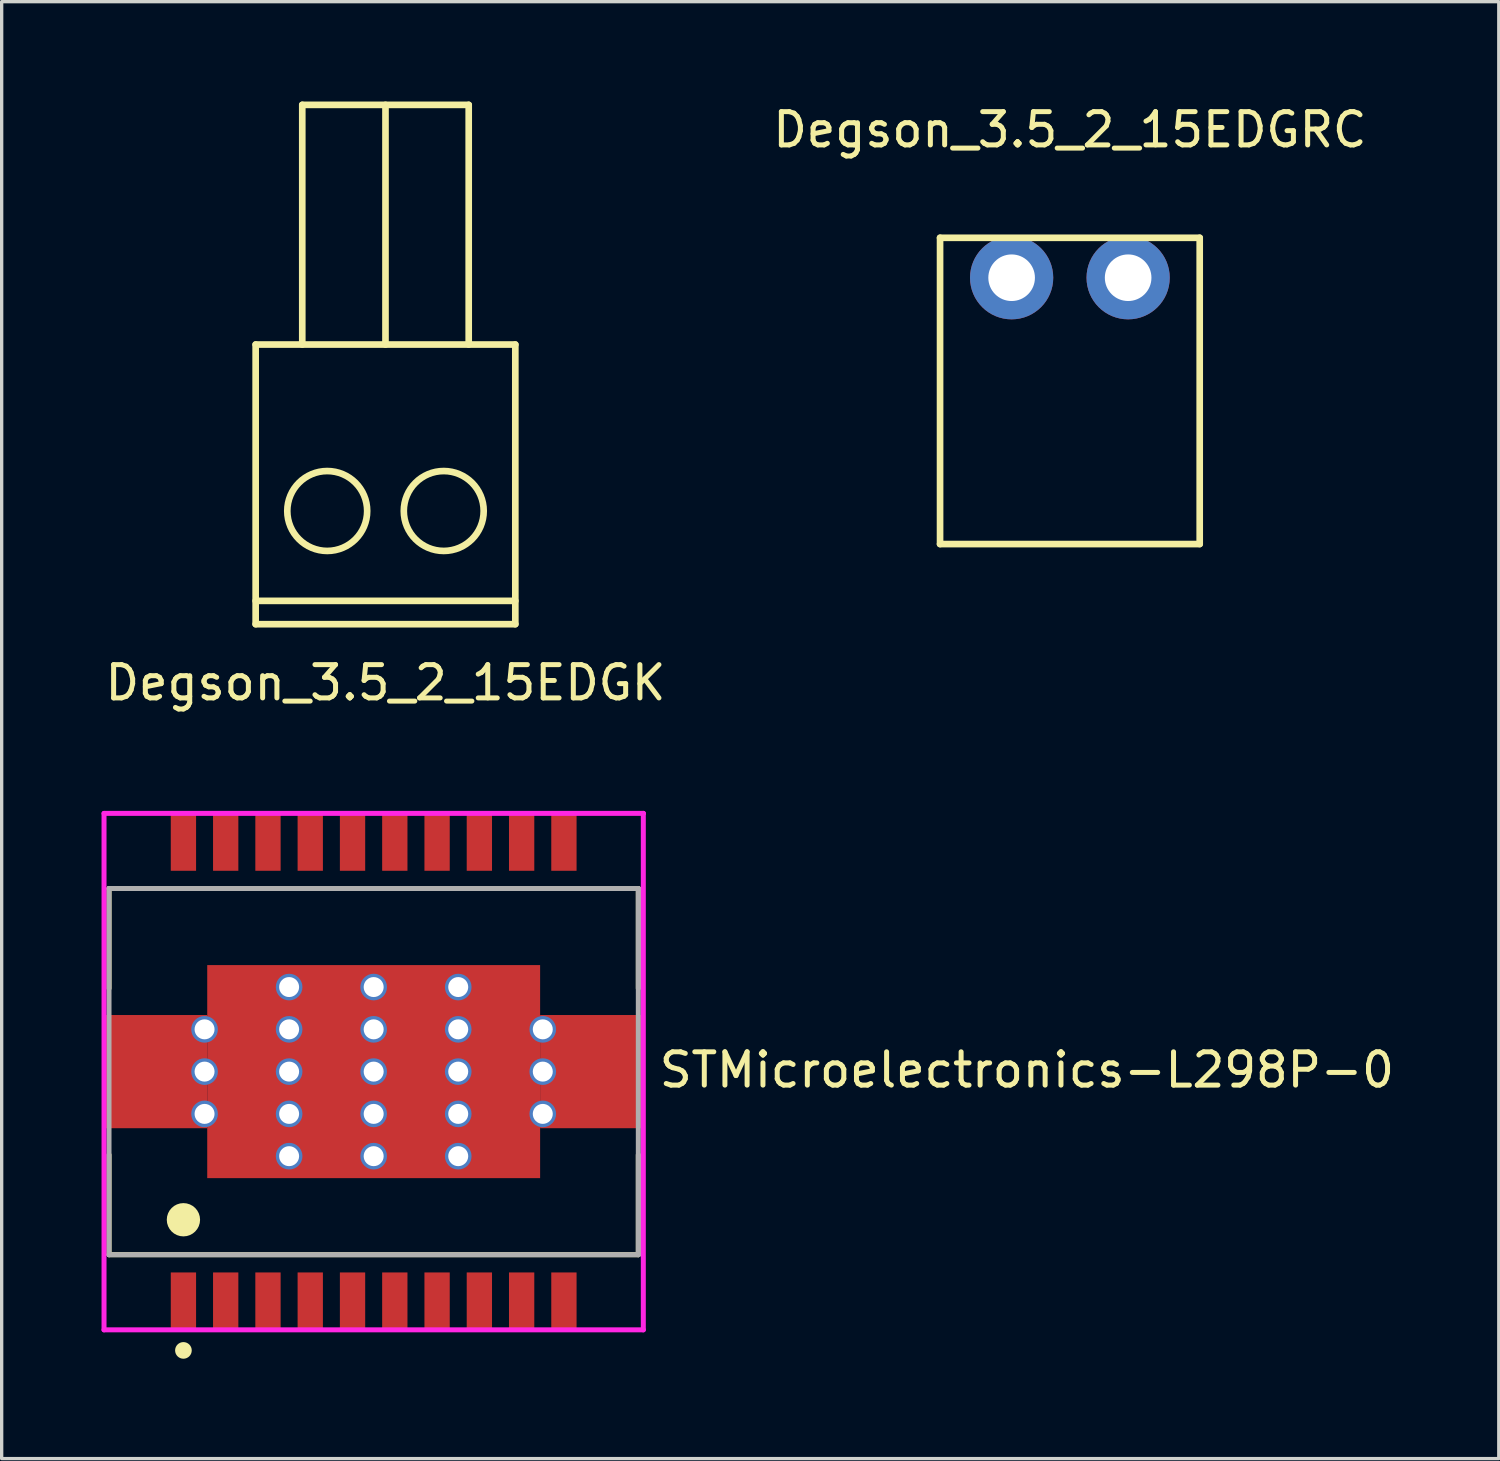
<source format=kicad_pcb>
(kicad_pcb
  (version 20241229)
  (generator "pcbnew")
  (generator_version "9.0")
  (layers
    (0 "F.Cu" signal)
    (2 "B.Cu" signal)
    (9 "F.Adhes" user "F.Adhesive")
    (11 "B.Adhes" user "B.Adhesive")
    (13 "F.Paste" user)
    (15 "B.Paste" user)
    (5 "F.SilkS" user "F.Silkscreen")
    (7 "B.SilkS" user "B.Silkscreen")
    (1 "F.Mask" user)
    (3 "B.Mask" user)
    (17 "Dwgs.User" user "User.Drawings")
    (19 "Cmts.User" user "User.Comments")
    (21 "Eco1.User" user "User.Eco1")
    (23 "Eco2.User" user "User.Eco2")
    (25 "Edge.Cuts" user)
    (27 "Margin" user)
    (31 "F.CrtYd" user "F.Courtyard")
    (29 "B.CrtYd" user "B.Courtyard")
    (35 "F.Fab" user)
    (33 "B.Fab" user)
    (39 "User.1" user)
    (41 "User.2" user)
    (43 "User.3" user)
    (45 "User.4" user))
  (footprint "Degson_3.5_2_15EDGRC"
    (layer "F.Cu")
    (at 29.089 5.293)
    (property "Reference" "Degson_3.5_2_15EDGRC" (at 0 -4.445 0) (layer "F.SilkS") (effects (font (size 1 1) (thickness 0.15))))
    (attr through_hole)
    (fp_line (start -3.9 -1.2) (end -3.9 8) (stroke (width 0.2) (type solid)) (layer "F.SilkS"))
    (fp_line (start -3.9 -1.2) (end 3.9 -1.2) (stroke (width 0.2) (type solid)) (layer "F.SilkS"))
    (fp_line (start 3.9 -1.2) (end 3.9 8) (stroke (width 0.2) (type solid)) (layer "F.SilkS"))
    (fp_line (start 3.9 8) (end -3.9 8) (stroke (width 0.2) (type solid)) (layer "F.SilkS"))
    (pad "1" thru_hole circle (at -1.75 0) (size 2.5 2.5) (drill 1.4) (layers "*.Cu" "*.Mask"))
    (pad "2" thru_hole circle (at 1.75 0) (size 2.5 2.5) (drill 1.4) (layers "*.Cu" "*.Mask")))
  (footprint "Degson_3.5_2_15EDGK"
    (layer "F.Cu")
    (at 8.53 7.3)
    (property "Reference" "Degson_3.5_2_15EDGK" (at 0 10.16 0) (layer "F.SilkS") (effects (font (size 1 1) (thickness 0.15))))
    (attr through_hole)
    (fp_line (start -3.9 7.7) (end 3.9 7.7) (stroke (width 0.2) (type solid)) (layer "F.SilkS"))
    (fp_line (start -3.9 8.4) (end -3.9 0) (stroke (width 0.2) (type solid)) (layer "F.SilkS"))
    (fp_line (start -2.5 -7.2) (end 2.5 -7.2) (stroke (width 0.2) (type solid)) (layer "F.SilkS"))
    (fp_line (start -2.5 0) (end -2.5 -7.2) (stroke (width 0.2) (type solid)) (layer "F.SilkS"))
    (fp_line (start 0 -7.2) (end 0 0) (stroke (width 0.2) (type solid)) (layer "F.SilkS"))
    (fp_line (start 2.5 0) (end 2.5 -7.2) (stroke (width 0.2) (type solid)) (layer "F.SilkS"))
    (fp_line (start 3.9 0) (end -3.9 0) (stroke (width 0.2) (type solid)) (layer "F.SilkS"))
    (fp_line (start 3.9 0) (end 3.9 8.4) (stroke (width 0.2) (type solid)) (layer "F.SilkS"))
    (fp_line (start 3.9 8.4) (end -3.9 8.4) (stroke (width 0.2) (type solid)) (layer "F.SilkS"))
    (fp_circle (center -1.75 5) (end -0.55 5) (stroke (width 0.2) (type solid)) (fill no) (layer "F.SilkS"))
    (fp_circle (center 1.75 5) (end 2.95 5) (stroke (width 0.2) (type solid)) (fill no) (layer "F.SilkS")))
  (footprint "STMicroelectronics-L298P-0"
    (layer "F.Cu")
    (at 8.175 29.141)
    (property "Reference" "STMicroelectronics-L298P-0" (at 8.5 -0.05 0) (layer "F.SilkS") (effects (font (size 1 1) (thickness 0.15)) (justify left)))
    (attr through_hole)
    (fp_line (start -7.95 -5.5) (end -7.95 -2.5) (stroke (width 0.15) (type solid)) (layer "F.SilkS"))
    (fp_line (start -7.95 -5.5) (end 7.95 -5.5) (stroke (width 0.15) (type solid)) (layer "F.SilkS"))
    (fp_line (start -7.95 5.5) (end -7.95 2.5) (stroke (width 0.15) (type solid)) (layer "F.SilkS"))
    (fp_line (start 7.95 -5.5) (end 7.95 -2.5) (stroke (width 0.15) (type solid)) (layer "F.SilkS"))
    (fp_line (start 7.95 5.5) (end -7.95 5.5) (stroke (width 0.15) (type solid)) (layer "F.SilkS"))
    (fp_line (start 7.95 5.5) (end 7.95 2.5) (stroke (width 0.15) (type solid)) (layer "F.SilkS"))
    (fp_circle (center -5.715 4.45) (end -5.465 4.45) (stroke (width 0.5) (type solid)) (fill no) (layer "F.SilkS"))
    (fp_circle (center -5.715 8.375) (end -5.59 8.375) (stroke (width 0.25) (type solid)) (fill no) (layer "F.SilkS"))
    (fp_poly (pts (xy -8.05 -1.7) (xy -5.715 -1.7) (xy -5.715 1.7) (xy -8.05 1.7)) (stroke (width 0) (type solid)) (fill yes) (layer "F.Paste"))
    (fp_poly (pts (xy -4.445 -3.2) (xy -3.175 -3.2) (xy -3.175 3.2) (xy -4.445 3.2)) (stroke (width 0) (type solid)) (fill yes) (layer "F.Paste"))
    (fp_poly (pts (xy -1.905 -3.2) (xy -0.635 -3.2) (xy -0.635 3.2) (xy -1.905 3.2)) (stroke (width 0) (type solid)) (fill yes) (layer "F.Paste"))
    (fp_poly (pts (xy 0.635 -3.2) (xy 1.905 -3.2) (xy 1.905 3.2) (xy 0.635 3.2)) (stroke (width 0) (type solid)) (fill yes) (layer "F.Paste"))
    (fp_poly (pts (xy 3.175 -3.2) (xy 4.445 -3.2) (xy 4.445 3.2) (xy 3.175 3.2)) (stroke (width 0) (type solid)) (fill yes) (layer "F.Paste"))
    (fp_poly (pts (xy 5.715 -1.7) (xy 8.05 -1.7) (xy 8.05 1.7) (xy 5.715 1.7)) (stroke (width 0) (type solid)) (fill yes) (layer "F.Paste"))
    (fp_line (start -8.1 -7.757) (end -8.1 7.757) (stroke (width 0.15) (type solid)) (layer "F.CrtYd"))
    (fp_line (start -8.1 7.757) (end 8.1 7.757) (stroke (width 0.15) (type solid)) (layer "F.CrtYd"))
    (fp_line (start 8.1 -7.757) (end -8.1 -7.757) (stroke (width 0.15) (type solid)) (layer "F.CrtYd"))
    (fp_line (start 8.1 -7.757) (end 8.1 -7.757) (stroke (width 0.15) (type solid)) (layer "F.CrtYd"))
    (fp_line (start 8.1 7.757) (end 8.1 -7.757) (stroke (width 0.15) (type solid)) (layer "F.CrtYd"))
    (fp_line (start -7.95 -5.5) (end 7.95 -5.5) (stroke (width 0.15) (type solid)) (layer "F.Fab"))
    (fp_line (start -7.95 5.5) (end -7.95 -5.5) (stroke (width 0.15) (type solid)) (layer "F.Fab"))
    (fp_line (start 7.95 -5.5) (end 7.95 5.5) (stroke (width 0.15) (type solid)) (layer "F.Fab"))
    (fp_line (start 7.95 5.5) (end -7.95 5.5) (stroke (width 0.15) (type solid)) (layer "F.Fab"))
    (pad "1" smd rect (at -5.715 6.883) (size 0.76 1.7) (layers "F.Cu" "F.Mask" "F.Paste"))
    (pad "2" smd rect (at -4.445 6.883) (size 0.76 1.7) (layers "F.Cu" "F.Mask" "F.Paste"))
    (pad "3" smd rect (at -3.175 6.883) (size 0.76 1.7) (layers "F.Cu" "F.Mask" "F.Paste"))
    (pad "4" smd rect (at -1.905 6.883) (size 0.76 1.7) (layers "F.Cu" "F.Mask" "F.Paste"))
    (pad "5" smd rect (at -0.635 6.883) (size 0.76 1.7) (layers "F.Cu" "F.Mask" "F.Paste"))
    (pad "6" smd rect (at 0.635 6.883) (size 0.76 1.7) (layers "F.Cu" "F.Mask" "F.Paste"))
    (pad "7" smd rect (at 1.905 6.883) (size 0.76 1.7) (layers "F.Cu" "F.Mask" "F.Paste"))
    (pad "8" smd rect (at 3.175 6.883) (size 0.76 1.7) (layers "F.Cu" "F.Mask" "F.Paste"))
    (pad "9" smd rect (at 4.445 6.883) (size 0.76 1.7) (layers "F.Cu" "F.Mask" "F.Paste"))
    (pad "10" smd rect (at 5.715 6.883) (size 0.76 1.7) (layers "F.Cu" "F.Mask" "F.Paste"))
    (pad "11" smd rect (at 5.715 -6.883) (size 0.76 1.7) (layers "F.Cu" "F.Mask" "F.Paste"))
    (pad "12" smd rect (at 4.445 -6.883) (size 0.76 1.7) (layers "F.Cu" "F.Mask" "F.Paste"))
    (pad "13" smd rect (at 3.175 -6.883) (size 0.76 1.7) (layers "F.Cu" "F.Mask" "F.Paste"))
    (pad "14" smd rect (at 1.905 -6.883) (size 0.76 1.7) (layers "F.Cu" "F.Mask" "F.Paste"))
    (pad "15" smd rect (at 0.635 -6.883) (size 0.76 1.7) (layers "F.Cu" "F.Mask" "F.Paste"))
    (pad "16" smd rect (at -0.635 -6.883) (size 0.76 1.7) (layers "F.Cu" "F.Mask" "F.Paste"))
    (pad "17" smd rect (at -1.905 -6.883) (size 0.76 1.7) (layers "F.Cu" "F.Mask" "F.Paste"))
    (pad "18" smd rect (at -3.175 -6.883) (size 0.76 1.7) (layers "F.Cu" "F.Mask" "F.Paste"))
    (pad "19" smd rect (at -4.445 -6.883) (size 0.76 1.7) (layers "F.Cu" "F.Mask" "F.Paste"))
    (pad "20" smd rect (at -5.715 -6.883) (size 0.76 1.7) (layers "F.Cu" "F.Mask" "F.Paste"))
    (pad "21" smd rect (at -6.525 0) (size 3.05 3.4) (layers "F.Cu" "F.Mask"))
    (pad "21" smd rect (at 0 0) (size 10 6.4) (layers "F.Cu" "F.Mask"))
    (pad "21" smd rect (at 6.525 0) (size 3.05 3.4) (layers "F.Cu" "F.Mask"))
    (pad "~" thru_hole circle (at -5.08 -1.27) (size 0.8 0.8) (drill 0.6) (layers "*.Cu"))
    (pad "~" thru_hole circle (at -5.08 0) (size 0.8 0.8) (drill 0.6) (layers "*.Cu"))
    (pad "~" thru_hole circle (at -5.08 1.27) (size 0.8 0.8) (drill 0.6) (layers "*.Cu"))
    (pad "~" thru_hole circle (at -2.54 -2.54) (size 0.8 0.8) (drill 0.6) (layers "*.Cu"))
    (pad "~" thru_hole circle (at -2.54 -1.27) (size 0.8 0.8) (drill 0.6) (layers "*.Cu"))
    (pad "~" thru_hole circle (at -2.54 0) (size 0.8 0.8) (drill 0.6) (layers "*.Cu"))
    (pad "~" thru_hole circle (at -2.54 1.27) (size 0.8 0.8) (drill 0.6) (layers "*.Cu"))
    (pad "~" thru_hole circle (at -2.54 2.54) (size 0.8 0.8) (drill 0.6) (layers "*.Cu"))
    (pad "~" thru_hole circle (at 0 -2.54) (size 0.8 0.8) (drill 0.6) (layers "*.Cu"))
    (pad "~" thru_hole circle (at 0 -1.27) (size 0.8 0.8) (drill 0.6) (layers "*.Cu"))
    (pad "~" thru_hole circle (at 0 0) (size 0.8 0.8) (drill 0.6) (layers "*.Cu"))
    (pad "~" thru_hole circle (at 0 1.27) (size 0.8 0.8) (drill 0.6) (layers "*.Cu"))
    (pad "~" thru_hole circle (at 0 2.54) (size 0.8 0.8) (drill 0.6) (layers "*.Cu"))
    (pad "~" thru_hole circle (at 2.54 -2.54) (size 0.8 0.8) (drill 0.6) (layers "*.Cu"))
    (pad "~" thru_hole circle (at 2.54 -1.27) (size 0.8 0.8) (drill 0.6) (layers "*.Cu"))
    (pad "~" thru_hole circle (at 2.54 0) (size 0.8 0.8) (drill 0.6) (layers "*.Cu"))
    (pad "~" thru_hole circle (at 2.54 1.27) (size 0.8 0.8) (drill 0.6) (layers "*.Cu"))
    (pad "~" thru_hole circle (at 2.54 2.54) (size 0.8 0.8) (drill 0.6) (layers "*.Cu"))
    (pad "~" thru_hole circle (at 5.08 -1.27) (size 0.8 0.8) (drill 0.6) (layers "*.Cu"))
    (pad "~" thru_hole circle (at 5.08 0) (size 0.8 0.8) (drill 0.6) (layers "*.Cu"))
    (pad "~" thru_hole circle (at 5.08 1.27) (size 0.8 0.8) (drill 0.6) (layers "*.Cu")))
  (gr_rect
    (start -3 -3)
    (end 41.973 40.766)
    (stroke (width 0.1) (type default))
    (fill no)
    (layer "Edge.Cuts")))
</source>
